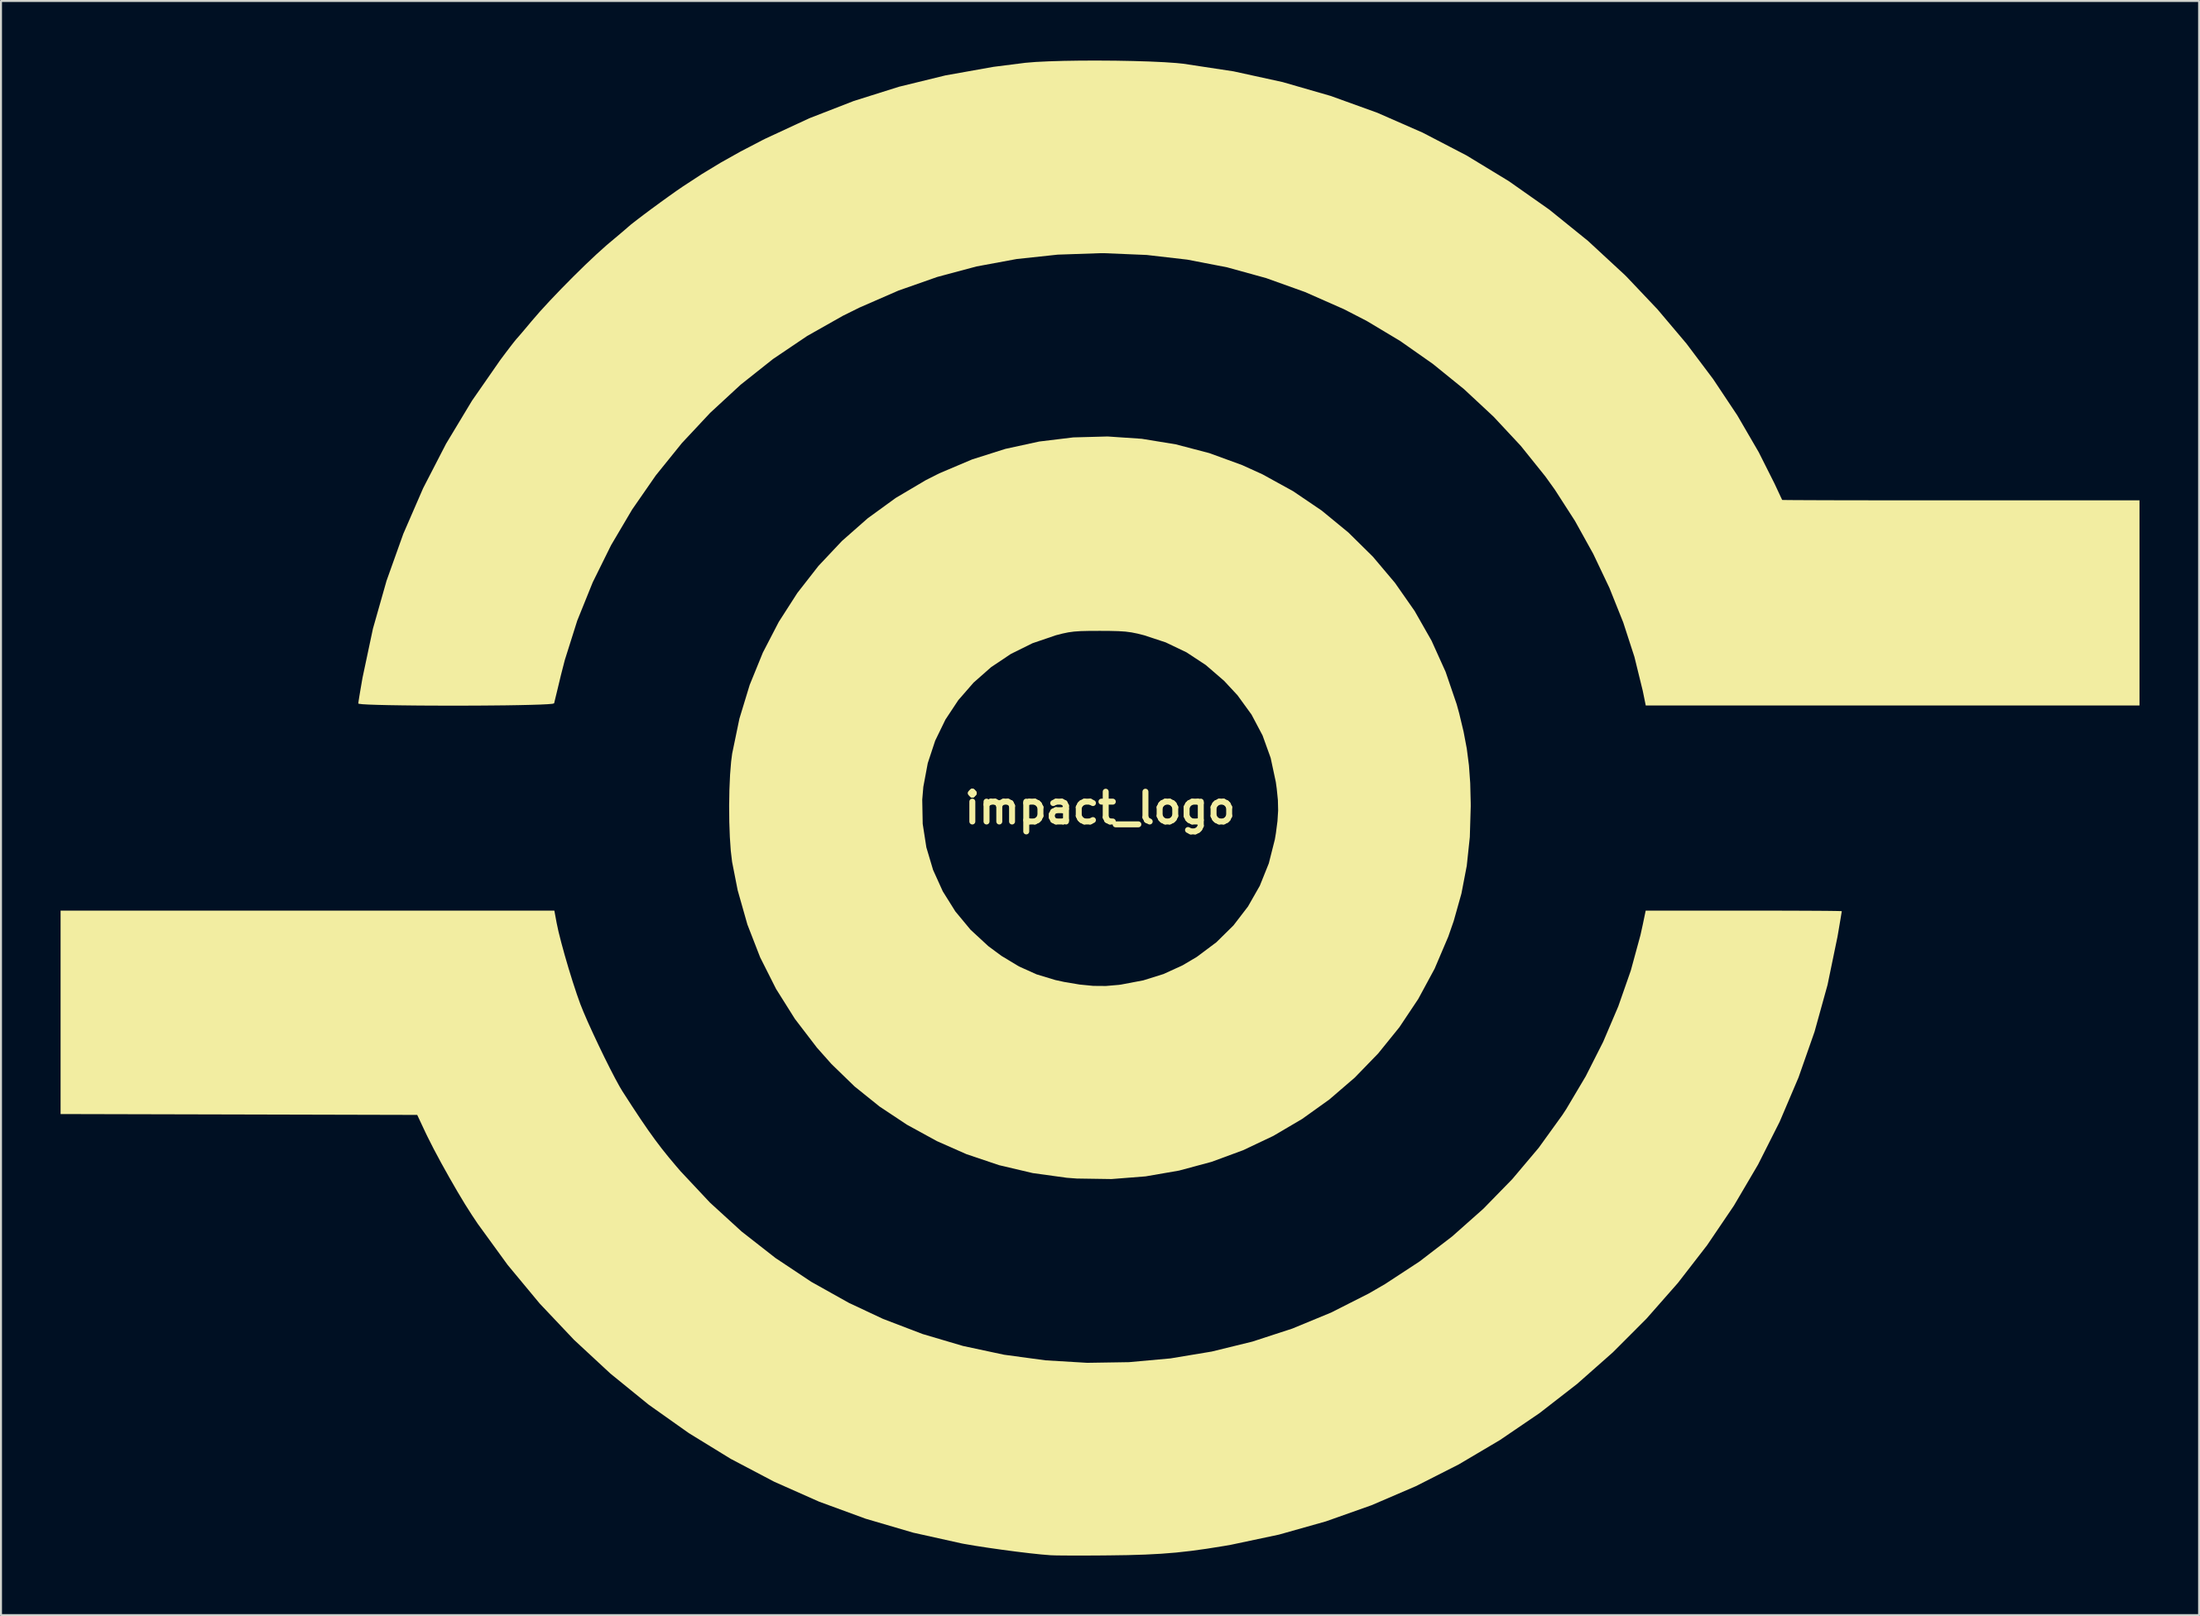
<source format=kicad_pcb>
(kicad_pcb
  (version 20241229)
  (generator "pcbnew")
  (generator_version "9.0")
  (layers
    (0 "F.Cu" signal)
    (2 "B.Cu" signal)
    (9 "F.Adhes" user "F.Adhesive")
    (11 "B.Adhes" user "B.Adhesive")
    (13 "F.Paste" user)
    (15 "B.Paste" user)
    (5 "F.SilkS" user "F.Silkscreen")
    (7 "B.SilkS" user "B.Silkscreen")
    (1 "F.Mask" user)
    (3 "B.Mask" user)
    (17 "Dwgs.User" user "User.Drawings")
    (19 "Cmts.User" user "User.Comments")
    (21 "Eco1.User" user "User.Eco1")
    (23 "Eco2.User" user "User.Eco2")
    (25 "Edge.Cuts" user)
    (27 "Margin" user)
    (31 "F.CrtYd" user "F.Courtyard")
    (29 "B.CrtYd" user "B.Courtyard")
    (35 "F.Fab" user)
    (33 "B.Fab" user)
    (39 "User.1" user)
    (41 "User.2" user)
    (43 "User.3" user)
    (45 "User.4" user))
  (footprint "impact_logo"
    (layer "F.Cu")
    (at 52.324 37.637)
    (property "Reference" "impact_logo" (at 0 0 0) (layer "F.SilkS") (effects (font (size 1.5 1.5) (thickness 0.3))))
    (attr board_only exclude_from_pos_files exclude_from_bom)
    (fp_poly (pts (xy -27.355 5.779) (xy -27.261 6.218) (xy -27.12 6.776) (xy -26.946 7.411) (xy -26.75 8.082) (xy -26.544 8.748) (xy -26.34 9.368) (xy -26.164 9.864) (xy -26.003 10.265) (xy -25.787 10.766) (xy -25.529 11.333) (xy -25.247 11.934) (xy -24.956 12.536) (xy -24.671 13.107) (xy -24.408 13.615) (xy -24.184 14.025) (xy -24.04 14.266) (xy -23.55 15.024) (xy -23.127 15.664) (xy -22.751 16.213) (xy -22.403 16.698) (xy -22.064 17.146) (xy -21.712 17.585) (xy -21.329 18.041) (xy -21.117 18.288) (xy -19.637 19.866) (xy -18.041 21.325) (xy -16.337 22.658) (xy -14.535 23.857) (xy -12.643 24.916) (xy -10.922 25.724) (xy -8.932 26.485) (xy -6.899 27.086) (xy -4.835 27.527) (xy -2.747 27.81) (xy -0.648 27.935) (xy 1.454 27.902) (xy 3.547 27.713) (xy 5.622 27.368) (xy 7.668 26.867) (xy 9.676 26.212) (xy 11.635 25.403) (xy 13.534 24.441) (xy 14.348 23.969) (xy 16.076 22.837) (xy 17.729 21.568) (xy 19.293 20.18) (xy 20.749 18.688) (xy 22.081 17.109) (xy 23.271 15.459) (xy 23.47 15.155) (xy 24.45 13.504) (xy 25.327 11.771) (xy 26.087 9.988) (xy 26.717 8.186) (xy 27.204 6.398) (xy 27.317 5.885) (xy 27.467 5.165) (xy 32.402 5.165) (xy 33.299 5.165) (xy 34.143 5.167) (xy 34.92 5.169) (xy 35.615 5.172) (xy 36.213 5.175) (xy 36.699 5.179) (xy 37.058 5.184) (xy 37.275 5.189) (xy 37.338 5.194) (xy 37.324 5.283) (xy 37.287 5.509) (xy 37.231 5.843) (xy 37.161 6.255) (xy 37.121 6.485) (xy 36.621 8.905) (xy 35.966 11.268) (xy 35.16 13.567) (xy 34.211 15.797) (xy 33.124 17.952) (xy 31.904 20.027) (xy 30.557 22.016) (xy 29.089 23.913) (xy 27.506 25.713) (xy 25.813 27.409) (xy 24.016 28.997) (xy 22.12 30.47) (xy 20.132 31.823) (xy 18.058 33.05) (xy 15.902 34.145) (xy 13.671 35.104) (xy 11.37 35.919) (xy 9.005 36.586) (xy 6.582 37.099) (xy 6.223 37.161) (xy 5.361 37.298) (xy 4.577 37.406) (xy 3.829 37.489) (xy 3.075 37.549) (xy 2.274 37.591) (xy 1.384 37.618) (xy 0.466 37.631) (xy -0.191 37.637) (xy -0.818 37.639) (xy -1.388 37.639) (xy -1.873 37.637) (xy -2.247 37.632) (xy -2.481 37.624) (xy -2.498 37.623) (xy -2.961 37.585) (xy -3.547 37.523) (xy -4.216 37.442) (xy -4.923 37.349) (xy -5.627 37.249) (xy -6.284 37.148) (xy -6.852 37.051) (xy -6.943 37.034) (xy -9.403 36.488) (xy -11.803 35.784) (xy -14.138 34.928) (xy -16.403 33.922) (xy -18.591 32.77) (xy -20.698 31.476) (xy -22.719 30.044) (xy -24.647 28.477) (xy -26.477 26.779) (xy -28.204 24.953) (xy -29.822 23.003) (xy -31.326 20.933) (xy -31.622 20.489) (xy -31.968 19.945) (xy -32.358 19.295) (xy -32.766 18.586) (xy -33.169 17.863) (xy -33.54 17.169) (xy -33.854 16.55) (xy -33.975 16.298) (xy -34.372 15.452) (xy -43.348 15.43) (xy -52.324 15.409) (xy -52.324 10.287) (xy -52.324 5.165) (xy -39.896 5.165) (xy -27.469 5.165)) (stroke (width 0) (type solid)) (fill yes) (layer "F.SilkS"))
    (fp_poly (pts (xy 2.104 -18.592) (xy 3.813 -18.313) (xy 5.499 -17.872) (xy 7.152 -17.269) (xy 8.179 -16.802) (xy 9.717 -15.955) (xy 11.161 -14.976) (xy 12.502 -13.873) (xy 13.734 -12.657) (xy 14.847 -11.338) (xy 15.834 -9.925) (xy 16.686 -8.429) (xy 17.395 -6.859) (xy 17.953 -5.226) (xy 18.078 -4.772) (xy 18.299 -3.85) (xy 18.461 -2.993) (xy 18.57 -2.147) (xy 18.634 -1.255) (xy 18.659 -0.261) (xy 18.66 -0.085) (xy 18.614 1.46) (xy 18.46 2.909) (xy 18.192 4.305) (xy 17.803 5.689) (xy 17.529 6.477) (xy 16.842 8.09) (xy 16.019 9.613) (xy 15.068 11.038) (xy 13.998 12.361) (xy 12.82 13.576) (xy 11.542 14.676) (xy 10.173 15.656) (xy 8.722 16.51) (xy 7.2 17.231) (xy 5.615 17.815) (xy 3.977 18.256) (xy 2.294 18.547) (xy 0.576 18.682) (xy -1.167 18.656) (xy -1.672 18.618) (xy -3.385 18.382) (xy -5.077 17.984) (xy -6.724 17.429) (xy -8.213 16.771) (xy -9.721 15.945) (xy -11.095 15.033) (xy -12.355 14.02) (xy -13.52 12.889) (xy -14.252 12.065) (xy -15.359 10.619) (xy -16.311 9.104) (xy -17.109 7.519) (xy -17.752 5.864) (xy -18.241 4.14) (xy -18.521 2.714) (xy -18.588 2.149) (xy -18.635 1.46) (xy -18.663 0.691) (xy -18.67 -0.117) (xy -18.665 -0.421) (xy -8.95 -0.421) (xy -8.927 0.796) (xy -8.743 1.98) (xy -8.404 3.118) (xy -7.915 4.197) (xy -7.284 5.205) (xy -6.517 6.13) (xy -5.62 6.958) (xy -4.961 7.445) (xy -4.079 7.977) (xy -3.196 8.374) (xy -2.252 8.66) (xy -1.811 8.756) (xy -1.027 8.888) (xy -0.343 8.955) (xy 0.294 8.96) (xy 0.939 8.905) (xy 1.058 8.889) (xy 2.178 8.677) (xy 3.197 8.358) (xy 4.157 7.919) (xy 4.873 7.495) (xy 5.856 6.759) (xy 6.717 5.91) (xy 7.447 4.959) (xy 8.042 3.915) (xy 8.495 2.787) (xy 8.799 1.586) (xy 8.852 1.27) (xy 8.932 0.655) (xy 8.965 0.122) (xy 8.953 -0.399) (xy 8.894 -0.979) (xy 8.848 -1.312) (xy 8.588 -2.526) (xy 8.181 -3.656) (xy 7.626 -4.705) (xy 6.92 -5.678) (xy 6.244 -6.406) (xy 5.324 -7.2) (xy 4.352 -7.84) (xy 3.305 -8.341) (xy 2.219 -8.699) (xy 1.882 -8.784) (xy 1.583 -8.844) (xy 1.28 -8.884) (xy 0.93 -8.907) (xy 0.49 -8.918) (xy 0 -8.921) (xy -0.548 -8.919) (xy -0.968 -8.909) (xy -1.304 -8.886) (xy -1.598 -8.846) (xy -1.891 -8.785) (xy -2.225 -8.699) (xy -3.401 -8.298) (xy -4.489 -7.759) (xy -5.481 -7.095) (xy -6.366 -6.315) (xy -7.136 -5.431) (xy -7.783 -4.453) (xy -8.298 -3.393) (xy -8.672 -2.261) (xy -8.895 -1.068) (xy -8.95 -0.421) (xy -18.665 -0.421) (xy -18.657 -0.918) (xy -18.624 -1.671) (xy -18.571 -2.332) (xy -18.518 -2.741) (xy -18.153 -4.502) (xy -17.636 -6.2) (xy -16.974 -7.825) (xy -16.173 -9.371) (xy -15.238 -10.828) (xy -14.176 -12.189) (xy -12.993 -13.446) (xy -11.694 -14.59) (xy -10.285 -15.614) (xy -8.773 -16.509) (xy -8.086 -16.856) (xy -6.443 -17.552) (xy -4.766 -18.084) (xy -3.062 -18.455) (xy -1.343 -18.663) (xy 0.382 -18.709)) (stroke (width 0) (type solid)) (fill yes) (layer "F.SilkS"))
    (fp_poly (pts (xy 0.792 -37.631) (xy 1.665 -37.615) (xy 2.487 -37.59) (xy 3.224 -37.556) (xy 3.847 -37.513) (xy 4.191 -37.478) (xy 6.719 -37.095) (xy 9.193 -36.554) (xy 11.609 -35.857) (xy 13.961 -35.008) (xy 16.243 -34.007) (xy 18.449 -32.86) (xy 20.575 -31.567) (xy 22.615 -30.132) (xy 24.562 -28.558) (xy 26.412 -26.846) (xy 26.504 -26.755) (xy 28.058 -25.115) (xy 29.515 -23.391) (xy 30.86 -21.603) (xy 32.079 -19.773) (xy 33.156 -17.92) (xy 33.95 -16.341) (xy 34.106 -16.007) (xy 34.232 -15.737) (xy 34.314 -15.562) (xy 34.337 -15.514) (xy 34.422 -15.511) (xy 34.665 -15.508) (xy 35.055 -15.505) (xy 35.581 -15.503) (xy 36.233 -15.5) (xy 36.999 -15.498) (xy 37.868 -15.497) (xy 38.829 -15.495) (xy 39.871 -15.494) (xy 40.984 -15.493) (xy 42.155 -15.493) (xy 43.337 -15.493) (xy 52.324 -15.495) (xy 52.324 -10.33) (xy 52.324 -5.165) (xy 39.897 -5.165) (xy 27.47 -5.165) (xy 27.319 -5.905) (xy 26.9 -7.611) (xy 26.336 -9.348) (xy 25.64 -11.087) (xy 24.826 -12.8) (xy 23.907 -14.457) (xy 22.896 -16.028) (xy 22.416 -16.697) (xy 21.18 -18.236) (xy 19.81 -19.705) (xy 18.328 -21.087) (xy 16.754 -22.363) (xy 15.11 -23.517) (xy 13.417 -24.531) (xy 12.277 -25.118) (xy 10.315 -25.984) (xy 8.358 -26.685) (xy 6.39 -27.228) (xy 4.391 -27.614) (xy 2.346 -27.849) (xy 0.235 -27.937) (xy 0 -27.938) (xy -2.133 -27.865) (xy -4.199 -27.644) (xy -6.214 -27.271) (xy -8.193 -26.742) (xy -10.151 -26.054) (xy -12.104 -25.202) (xy -12.944 -24.786) (xy -14.743 -23.769) (xy -16.462 -22.609) (xy -18.091 -21.316) (xy -19.622 -19.902) (xy -21.049 -18.376) (xy -22.362 -16.749) (xy -23.553 -15.031) (xy -24.615 -13.232) (xy -25.539 -11.362) (xy -26.318 -9.432) (xy -26.943 -7.452) (xy -27.139 -6.688) (xy -27.248 -6.234) (xy -27.344 -5.835) (xy -27.421 -5.52) (xy -27.469 -5.321) (xy -27.482 -5.271) (xy -27.57 -5.248) (xy -27.809 -5.228) (xy -28.179 -5.21) (xy -28.664 -5.195) (xy -29.245 -5.182) (xy -29.904 -5.171) (xy -30.623 -5.164) (xy -31.384 -5.158) (xy -32.168 -5.156) (xy -32.958 -5.156) (xy -33.736 -5.158) (xy -34.482 -5.163) (xy -35.18 -5.171) (xy -35.811 -5.181) (xy -36.357 -5.194) (xy -36.8 -5.209) (xy -37.121 -5.227) (xy -37.303 -5.248) (xy -37.338 -5.263) (xy -37.324 -5.378) (xy -37.285 -5.627) (xy -37.226 -5.978) (xy -37.154 -6.398) (xy -37.123 -6.572) (xy -36.601 -9.032) (xy -35.916 -11.445) (xy -35.073 -13.806) (xy -34.073 -16.108) (xy -32.919 -18.345) (xy -31.614 -20.511) (xy -30.188 -22.564) (xy -29.924 -22.916) (xy -29.688 -23.227) (xy -29.501 -23.467) (xy -29.387 -23.607) (xy -29.374 -23.622) (xy -29.273 -23.736) (xy -29.091 -23.948) (xy -28.854 -24.229) (xy -28.618 -24.511) (xy -28.198 -24.996) (xy -27.686 -25.554) (xy -27.113 -26.153) (xy -26.512 -26.762) (xy -25.915 -27.348) (xy -25.353 -27.879) (xy -24.858 -28.324) (xy -24.712 -28.448) (xy -24.384 -28.723) (xy -24.099 -28.964) (xy -23.884 -29.147) (xy -23.767 -29.249) (xy -23.759 -29.257) (xy -23.6 -29.392) (xy -23.33 -29.603) (xy -22.979 -29.87) (xy -22.575 -30.172) (xy -22.145 -30.487) (xy -21.719 -30.794) (xy -21.325 -31.074) (xy -20.997 -31.299) (xy -20.042 -31.923) (xy -19.097 -32.496) (xy -18.108 -33.051) (xy -17.02 -33.618) (xy -16.849 -33.704) (xy -14.637 -34.731) (xy -12.4 -35.601) (xy -10.12 -36.319) (xy -7.781 -36.891) (xy -5.366 -37.321) (xy -3.768 -37.524) (xy -3.246 -37.567) (xy -2.587 -37.599) (xy -1.822 -37.622) (xy -0.983 -37.635) (xy -0.101 -37.637)) (stroke (width 0) (type solid)) (fill yes) (layer "F.SilkS")))
  (gr_rect
    (start -3 -3)
    (end 107.648 78.276)
    (stroke (width 0.1) (type default))
    (fill no)
    (layer "Edge.Cuts")))
</source>
